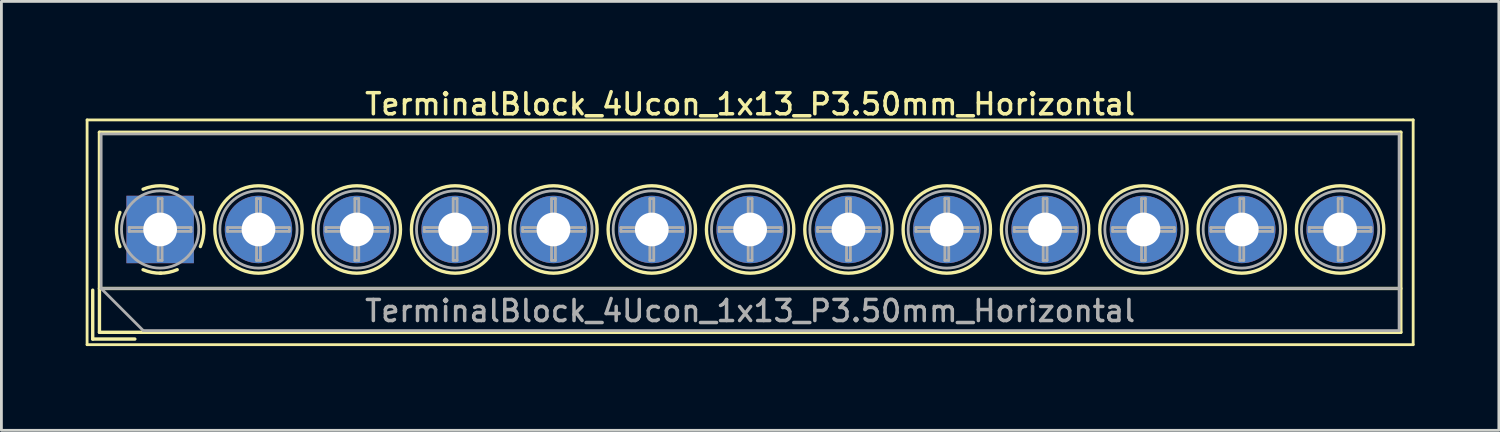
<source format=kicad_pcb>
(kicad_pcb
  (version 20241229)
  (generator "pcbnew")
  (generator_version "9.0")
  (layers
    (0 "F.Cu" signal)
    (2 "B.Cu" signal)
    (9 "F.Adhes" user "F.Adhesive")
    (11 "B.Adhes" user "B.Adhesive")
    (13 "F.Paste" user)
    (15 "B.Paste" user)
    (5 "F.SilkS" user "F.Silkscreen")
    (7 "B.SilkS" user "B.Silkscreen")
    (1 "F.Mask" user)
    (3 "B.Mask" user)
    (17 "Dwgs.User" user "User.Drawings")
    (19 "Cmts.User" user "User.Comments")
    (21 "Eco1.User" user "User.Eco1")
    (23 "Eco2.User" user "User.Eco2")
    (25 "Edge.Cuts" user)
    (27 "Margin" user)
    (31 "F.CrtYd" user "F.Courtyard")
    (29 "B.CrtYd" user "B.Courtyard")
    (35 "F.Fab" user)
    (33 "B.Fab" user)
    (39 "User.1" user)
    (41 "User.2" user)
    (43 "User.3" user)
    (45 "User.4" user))
  (footprint "TerminalBlock_4Ucon_1x13_P3.50mm_Horizontal"
    (layer "F.Cu")
    (at 2.65 5.118)
    (property "Reference" "TerminalBlock_4Ucon_1x13_P3.50mm_Horizontal" (at 21 -4.46 0) (layer "F.SilkS") (effects (font (size 0.75 0.75) (thickness 0.125))))
    (attr through_hole)
    (fp_line (start -2.6 -3.9) (end -2.6 4.1) (stroke (width 0.1) (type solid)) (layer "F.SilkS"))
    (fp_line (start -2.6 4.1) (end 44.6 4.1) (stroke (width 0.1) (type solid)) (layer "F.SilkS"))
    (fp_line (start -2.4 2.16) (end -2.4 3.9) (stroke (width 0.12) (type solid)) (layer "F.SilkS"))
    (fp_line (start -2.4 3.9) (end -0.9 3.9) (stroke (width 0.12) (type solid)) (layer "F.SilkS"))
    (fp_line (start -2.16 -3.46) (end -2.16 3.66) (stroke (width 0.12) (type solid)) (layer "F.SilkS"))
    (fp_line (start -2.16 -3.46) (end 44.16 -3.46) (stroke (width 0.12) (type solid)) (layer "F.SilkS"))
    (fp_line (start -2.16 2.1) (end 44.16 2.1) (stroke (width 0.12) (type solid)) (layer "F.SilkS"))
    (fp_line (start -2.16 3.66) (end 44.16 3.66) (stroke (width 0.12) (type solid)) (layer "F.SilkS"))
    (fp_line (start 44.16 -3.46) (end 44.16 3.66) (stroke (width 0.12) (type solid)) (layer "F.SilkS"))
    (fp_line (start 44.6 -3.9) (end -2.6 -3.9) (stroke (width 0.1) (type solid)) (layer "F.SilkS"))
    (fp_line (start 44.6 4.1) (end 44.6 -3.9) (stroke (width 0.1) (type solid)) (layer "F.SilkS"))
    (fp_arc (start -1.432109 0.607742) (mid -1.555727 -0.00014) (end -1.432 -0.608) (stroke (width 0.12) (type solid)) (layer "F.SilkS"))
    (fp_arc (start -0.607742 -1.432109) (mid 0.00014 -1.555727) (end 0.608 -1.432) (stroke (width 0.12) (type solid)) (layer "F.SilkS"))
    (fp_arc (start 0.027011 1.555493) (mid -0.296984 1.527118) (end -0.608 1.432) (stroke (width 0.12) (type solid)) (layer "F.SilkS"))
    (fp_arc (start 0.607587 1.431385) (mid 0.310017 1.523783) (end 0 1.555) (stroke (width 0.12) (type solid)) (layer "F.SilkS"))
    (fp_arc (start 1.432109 -0.607742) (mid 1.555727 0.00014) (end 1.432 0.608) (stroke (width 0.12) (type solid)) (layer "F.SilkS"))
    (fp_circle (center 3.5 0) (end 5.055 0) (stroke (width 0.12) (type solid)) (fill no) (layer "F.SilkS"))
    (fp_circle (center 7 0) (end 8.555 0) (stroke (width 0.12) (type solid)) (fill no) (layer "F.SilkS"))
    (fp_circle (center 10.5 0) (end 12.055 0) (stroke (width 0.12) (type solid)) (fill no) (layer "F.SilkS"))
    (fp_circle (center 14 0) (end 15.555 0) (stroke (width 0.12) (type solid)) (fill no) (layer "F.SilkS"))
    (fp_circle (center 17.5 0) (end 19.055 0) (stroke (width 0.12) (type solid)) (fill no) (layer "F.SilkS"))
    (fp_circle (center 21 0) (end 22.555 0) (stroke (width 0.12) (type solid)) (fill no) (layer "F.SilkS"))
    (fp_circle (center 24.5 0) (end 26.055 0) (stroke (width 0.12) (type solid)) (fill no) (layer "F.SilkS"))
    (fp_circle (center 28 0) (end 29.555 0) (stroke (width 0.12) (type solid)) (fill no) (layer "F.SilkS"))
    (fp_circle (center 31.5 0) (end 33.055 0) (stroke (width 0.12) (type solid)) (fill no) (layer "F.SilkS"))
    (fp_circle (center 35 0) (end 36.555 0) (stroke (width 0.12) (type solid)) (fill no) (layer "F.SilkS"))
    (fp_circle (center 38.5 0) (end 40.055 0) (stroke (width 0.12) (type solid)) (fill no) (layer "F.SilkS"))
    (fp_circle (center 42 0) (end 43.555 0) (stroke (width 0.12) (type solid)) (fill no) (layer "F.SilkS"))
    (fp_line (start -2.1 -3.4) (end 44.1 -3.4) (stroke (width 0.1) (type solid)) (layer "F.Fab"))
    (fp_line (start -2.1 2.1) (end -2.1 -3.4) (stroke (width 0.1) (type solid)) (layer "F.Fab"))
    (fp_line (start -2.1 2.1) (end 44.1 2.1) (stroke (width 0.1) (type solid)) (layer "F.Fab"))
    (fp_line (start -1.1 -0.069) (end -0.069 -0.069) (stroke (width 0.1) (type solid)) (layer "F.Fab"))
    (fp_line (start -1.1 0.069) (end -1.1 -0.069) (stroke (width 0.1) (type solid)) (layer "F.Fab"))
    (fp_line (start -0.6 3.6) (end -2.1 2.1) (stroke (width 0.1) (type solid)) (layer "F.Fab"))
    (fp_line (start -0.069 -1.1) (end 0.069 -1.1) (stroke (width 0.1) (type solid)) (layer "F.Fab"))
    (fp_line (start -0.069 -0.069) (end -0.069 -1.1) (stroke (width 0.1) (type solid)) (layer "F.Fab"))
    (fp_line (start -0.069 0.069) (end -1.1 0.069) (stroke (width 0.1) (type solid)) (layer "F.Fab"))
    (fp_line (start -0.069 1.1) (end -0.069 0.069) (stroke (width 0.1) (type solid)) (layer "F.Fab"))
    (fp_line (start 0.069 -1.1) (end 0.069 -0.069) (stroke (width 0.1) (type solid)) (layer "F.Fab"))
    (fp_line (start 0.069 -0.069) (end 1.1 -0.069) (stroke (width 0.1) (type solid)) (layer "F.Fab"))
    (fp_line (start 0.069 0.069) (end 0.069 1.1) (stroke (width 0.1) (type solid)) (layer "F.Fab"))
    (fp_line (start 0.069 1.1) (end -0.069 1.1) (stroke (width 0.1) (type solid)) (layer "F.Fab"))
    (fp_line (start 1.1 -0.069) (end 1.1 0.069) (stroke (width 0.1) (type solid)) (layer "F.Fab"))
    (fp_line (start 1.1 0.069) (end 0.069 0.069) (stroke (width 0.1) (type solid)) (layer "F.Fab"))
    (fp_line (start 2.4 -0.069) (end 3.431 -0.069) (stroke (width 0.1) (type solid)) (layer "F.Fab"))
    (fp_line (start 2.4 0.069) (end 2.4 -0.069) (stroke (width 0.1) (type solid)) (layer "F.Fab"))
    (fp_line (start 3.431 -1.1) (end 3.569 -1.1) (stroke (width 0.1) (type solid)) (layer "F.Fab"))
    (fp_line (start 3.431 -0.069) (end 3.431 -1.1) (stroke (width 0.1) (type solid)) (layer "F.Fab"))
    (fp_line (start 3.431 0.069) (end 2.4 0.069) (stroke (width 0.1) (type solid)) (layer "F.Fab"))
    (fp_line (start 3.431 1.1) (end 3.431 0.069) (stroke (width 0.1) (type solid)) (layer "F.Fab"))
    (fp_line (start 3.569 -1.1) (end 3.569 -0.069) (stroke (width 0.1) (type solid)) (layer "F.Fab"))
    (fp_line (start 3.569 -0.069) (end 4.6 -0.069) (stroke (width 0.1) (type solid)) (layer "F.Fab"))
    (fp_line (start 3.569 0.069) (end 3.569 1.1) (stroke (width 0.1) (type solid)) (layer "F.Fab"))
    (fp_line (start 3.569 1.1) (end 3.431 1.1) (stroke (width 0.1) (type solid)) (layer "F.Fab"))
    (fp_line (start 4.6 -0.069) (end 4.6 0.069) (stroke (width 0.1) (type solid)) (layer "F.Fab"))
    (fp_line (start 4.6 0.069) (end 3.569 0.069) (stroke (width 0.1) (type solid)) (layer "F.Fab"))
    (fp_line (start 5.9 -0.069) (end 6.931 -0.069) (stroke (width 0.1) (type solid)) (layer "F.Fab"))
    (fp_line (start 5.9 0.069) (end 5.9 -0.069) (stroke (width 0.1) (type solid)) (layer "F.Fab"))
    (fp_line (start 6.931 -1.1) (end 7.069 -1.1) (stroke (width 0.1) (type solid)) (layer "F.Fab"))
    (fp_line (start 6.931 -0.069) (end 6.931 -1.1) (stroke (width 0.1) (type solid)) (layer "F.Fab"))
    (fp_line (start 6.931 0.069) (end 5.9 0.069) (stroke (width 0.1) (type solid)) (layer "F.Fab"))
    (fp_line (start 6.931 1.1) (end 6.931 0.069) (stroke (width 0.1) (type solid)) (layer "F.Fab"))
    (fp_line (start 7.069 -1.1) (end 7.069 -0.069) (stroke (width 0.1) (type solid)) (layer "F.Fab"))
    (fp_line (start 7.069 -0.069) (end 8.1 -0.069) (stroke (width 0.1) (type solid)) (layer "F.Fab"))
    (fp_line (start 7.069 0.069) (end 7.069 1.1) (stroke (width 0.1) (type solid)) (layer "F.Fab"))
    (fp_line (start 7.069 1.1) (end 6.931 1.1) (stroke (width 0.1) (type solid)) (layer "F.Fab"))
    (fp_line (start 8.1 -0.069) (end 8.1 0.069) (stroke (width 0.1) (type solid)) (layer "F.Fab"))
    (fp_line (start 8.1 0.069) (end 7.069 0.069) (stroke (width 0.1) (type solid)) (layer "F.Fab"))
    (fp_line (start 9.4 -0.069) (end 10.431 -0.069) (stroke (width 0.1) (type solid)) (layer "F.Fab"))
    (fp_line (start 9.4 0.069) (end 9.4 -0.069) (stroke (width 0.1) (type solid)) (layer "F.Fab"))
    (fp_line (start 10.431 -1.1) (end 10.569 -1.1) (stroke (width 0.1) (type solid)) (layer "F.Fab"))
    (fp_line (start 10.431 -0.069) (end 10.431 -1.1) (stroke (width 0.1) (type solid)) (layer "F.Fab"))
    (fp_line (start 10.431 0.069) (end 9.4 0.069) (stroke (width 0.1) (type solid)) (layer "F.Fab"))
    (fp_line (start 10.431 1.1) (end 10.431 0.069) (stroke (width 0.1) (type solid)) (layer "F.Fab"))
    (fp_line (start 10.569 -1.1) (end 10.569 -0.069) (stroke (width 0.1) (type solid)) (layer "F.Fab"))
    (fp_line (start 10.569 -0.069) (end 11.6 -0.069) (stroke (width 0.1) (type solid)) (layer "F.Fab"))
    (fp_line (start 10.569 0.069) (end 10.569 1.1) (stroke (width 0.1) (type solid)) (layer "F.Fab"))
    (fp_line (start 10.569 1.1) (end 10.431 1.1) (stroke (width 0.1) (type solid)) (layer "F.Fab"))
    (fp_line (start 11.6 -0.069) (end 11.6 0.069) (stroke (width 0.1) (type solid)) (layer "F.Fab"))
    (fp_line (start 11.6 0.069) (end 10.569 0.069) (stroke (width 0.1) (type solid)) (layer "F.Fab"))
    (fp_line (start 12.9 -0.069) (end 13.931 -0.069) (stroke (width 0.1) (type solid)) (layer "F.Fab"))
    (fp_line (start 12.9 0.069) (end 12.9 -0.069) (stroke (width 0.1) (type solid)) (layer "F.Fab"))
    (fp_line (start 13.931 -1.1) (end 14.069 -1.1) (stroke (width 0.1) (type solid)) (layer "F.Fab"))
    (fp_line (start 13.931 -0.069) (end 13.931 -1.1) (stroke (width 0.1) (type solid)) (layer "F.Fab"))
    (fp_line (start 13.931 0.069) (end 12.9 0.069) (stroke (width 0.1) (type solid)) (layer "F.Fab"))
    (fp_line (start 13.931 1.1) (end 13.931 0.069) (stroke (width 0.1) (type solid)) (layer "F.Fab"))
    (fp_line (start 14.069 -1.1) (end 14.069 -0.069) (stroke (width 0.1) (type solid)) (layer "F.Fab"))
    (fp_line (start 14.069 -0.069) (end 15.1 -0.069) (stroke (width 0.1) (type solid)) (layer "F.Fab"))
    (fp_line (start 14.069 0.069) (end 14.069 1.1) (stroke (width 0.1) (type solid)) (layer "F.Fab"))
    (fp_line (start 14.069 1.1) (end 13.931 1.1) (stroke (width 0.1) (type solid)) (layer "F.Fab"))
    (fp_line (start 15.1 -0.069) (end 15.1 0.069) (stroke (width 0.1) (type solid)) (layer "F.Fab"))
    (fp_line (start 15.1 0.069) (end 14.069 0.069) (stroke (width 0.1) (type solid)) (layer "F.Fab"))
    (fp_line (start 16.4 -0.069) (end 17.431 -0.069) (stroke (width 0.1) (type solid)) (layer "F.Fab"))
    (fp_line (start 16.4 0.069) (end 16.4 -0.069) (stroke (width 0.1) (type solid)) (layer "F.Fab"))
    (fp_line (start 17.431 -1.1) (end 17.569 -1.1) (stroke (width 0.1) (type solid)) (layer "F.Fab"))
    (fp_line (start 17.431 -0.069) (end 17.431 -1.1) (stroke (width 0.1) (type solid)) (layer "F.Fab"))
    (fp_line (start 17.431 0.069) (end 16.4 0.069) (stroke (width 0.1) (type solid)) (layer "F.Fab"))
    (fp_line (start 17.431 1.1) (end 17.431 0.069) (stroke (width 0.1) (type solid)) (layer "F.Fab"))
    (fp_line (start 17.569 -1.1) (end 17.569 -0.069) (stroke (width 0.1) (type solid)) (layer "F.Fab"))
    (fp_line (start 17.569 -0.069) (end 18.6 -0.069) (stroke (width 0.1) (type solid)) (layer "F.Fab"))
    (fp_line (start 17.569 0.069) (end 17.569 1.1) (stroke (width 0.1) (type solid)) (layer "F.Fab"))
    (fp_line (start 17.569 1.1) (end 17.431 1.1) (stroke (width 0.1) (type solid)) (layer "F.Fab"))
    (fp_line (start 18.6 -0.069) (end 18.6 0.069) (stroke (width 0.1) (type solid)) (layer "F.Fab"))
    (fp_line (start 18.6 0.069) (end 17.569 0.069) (stroke (width 0.1) (type solid)) (layer "F.Fab"))
    (fp_line (start 19.9 -0.069) (end 20.931 -0.069) (stroke (width 0.1) (type solid)) (layer "F.Fab"))
    (fp_line (start 19.9 0.069) (end 19.9 -0.069) (stroke (width 0.1) (type solid)) (layer "F.Fab"))
    (fp_line (start 20.931 -1.1) (end 21.069 -1.1) (stroke (width 0.1) (type solid)) (layer "F.Fab"))
    (fp_line (start 20.931 -0.069) (end 20.931 -1.1) (stroke (width 0.1) (type solid)) (layer "F.Fab"))
    (fp_line (start 20.931 0.069) (end 19.9 0.069) (stroke (width 0.1) (type solid)) (layer "F.Fab"))
    (fp_line (start 20.931 1.1) (end 20.931 0.069) (stroke (width 0.1) (type solid)) (layer "F.Fab"))
    (fp_line (start 21.069 -1.1) (end 21.069 -0.069) (stroke (width 0.1) (type solid)) (layer "F.Fab"))
    (fp_line (start 21.069 -0.069) (end 22.1 -0.069) (stroke (width 0.1) (type solid)) (layer "F.Fab"))
    (fp_line (start 21.069 0.069) (end 21.069 1.1) (stroke (width 0.1) (type solid)) (layer "F.Fab"))
    (fp_line (start 21.069 1.1) (end 20.931 1.1) (stroke (width 0.1) (type solid)) (layer "F.Fab"))
    (fp_line (start 22.1 -0.069) (end 22.1 0.069) (stroke (width 0.1) (type solid)) (layer "F.Fab"))
    (fp_line (start 22.1 0.069) (end 21.069 0.069) (stroke (width 0.1) (type solid)) (layer "F.Fab"))
    (fp_line (start 23.4 -0.069) (end 24.431 -0.069) (stroke (width 0.1) (type solid)) (layer "F.Fab"))
    (fp_line (start 23.4 0.069) (end 23.4 -0.069) (stroke (width 0.1) (type solid)) (layer "F.Fab"))
    (fp_line (start 24.431 -1.1) (end 24.569 -1.1) (stroke (width 0.1) (type solid)) (layer "F.Fab"))
    (fp_line (start 24.431 -0.069) (end 24.431 -1.1) (stroke (width 0.1) (type solid)) (layer "F.Fab"))
    (fp_line (start 24.431 0.069) (end 23.4 0.069) (stroke (width 0.1) (type solid)) (layer "F.Fab"))
    (fp_line (start 24.431 1.1) (end 24.431 0.069) (stroke (width 0.1) (type solid)) (layer "F.Fab"))
    (fp_line (start 24.569 -1.1) (end 24.569 -0.069) (stroke (width 0.1) (type solid)) (layer "F.Fab"))
    (fp_line (start 24.569 -0.069) (end 25.6 -0.069) (stroke (width 0.1) (type solid)) (layer "F.Fab"))
    (fp_line (start 24.569 0.069) (end 24.569 1.1) (stroke (width 0.1) (type solid)) (layer "F.Fab"))
    (fp_line (start 24.569 1.1) (end 24.431 1.1) (stroke (width 0.1) (type solid)) (layer "F.Fab"))
    (fp_line (start 25.6 -0.069) (end 25.6 0.069) (stroke (width 0.1) (type solid)) (layer "F.Fab"))
    (fp_line (start 25.6 0.069) (end 24.569 0.069) (stroke (width 0.1) (type solid)) (layer "F.Fab"))
    (fp_line (start 26.9 -0.069) (end 27.931 -0.069) (stroke (width 0.1) (type solid)) (layer "F.Fab"))
    (fp_line (start 26.9 0.069) (end 26.9 -0.069) (stroke (width 0.1) (type solid)) (layer "F.Fab"))
    (fp_line (start 27.931 -1.1) (end 28.069 -1.1) (stroke (width 0.1) (type solid)) (layer "F.Fab"))
    (fp_line (start 27.931 -0.069) (end 27.931 -1.1) (stroke (width 0.1) (type solid)) (layer "F.Fab"))
    (fp_line (start 27.931 0.069) (end 26.9 0.069) (stroke (width 0.1) (type solid)) (layer "F.Fab"))
    (fp_line (start 27.931 1.1) (end 27.931 0.069) (stroke (width 0.1) (type solid)) (layer "F.Fab"))
    (fp_line (start 28.069 -1.1) (end 28.069 -0.069) (stroke (width 0.1) (type solid)) (layer "F.Fab"))
    (fp_line (start 28.069 -0.069) (end 29.1 -0.069) (stroke (width 0.1) (type solid)) (layer "F.Fab"))
    (fp_line (start 28.069 0.069) (end 28.069 1.1) (stroke (width 0.1) (type solid)) (layer "F.Fab"))
    (fp_line (start 28.069 1.1) (end 27.931 1.1) (stroke (width 0.1) (type solid)) (layer "F.Fab"))
    (fp_line (start 29.1 -0.069) (end 29.1 0.069) (stroke (width 0.1) (type solid)) (layer "F.Fab"))
    (fp_line (start 29.1 0.069) (end 28.069 0.069) (stroke (width 0.1) (type solid)) (layer "F.Fab"))
    (fp_line (start 30.4 -0.069) (end 31.431 -0.069) (stroke (width 0.1) (type solid)) (layer "F.Fab"))
    (fp_line (start 30.4 0.069) (end 30.4 -0.069) (stroke (width 0.1) (type solid)) (layer "F.Fab"))
    (fp_line (start 31.431 -1.1) (end 31.569 -1.1) (stroke (width 0.1) (type solid)) (layer "F.Fab"))
    (fp_line (start 31.431 -0.069) (end 31.431 -1.1) (stroke (width 0.1) (type solid)) (layer "F.Fab"))
    (fp_line (start 31.431 0.069) (end 30.4 0.069) (stroke (width 0.1) (type solid)) (layer "F.Fab"))
    (fp_line (start 31.431 1.1) (end 31.431 0.069) (stroke (width 0.1) (type solid)) (layer "F.Fab"))
    (fp_line (start 31.569 -1.1) (end 31.569 -0.069) (stroke (width 0.1) (type solid)) (layer "F.Fab"))
    (fp_line (start 31.569 -0.069) (end 32.6 -0.069) (stroke (width 0.1) (type solid)) (layer "F.Fab"))
    (fp_line (start 31.569 0.069) (end 31.569 1.1) (stroke (width 0.1) (type solid)) (layer "F.Fab"))
    (fp_line (start 31.569 1.1) (end 31.431 1.1) (stroke (width 0.1) (type solid)) (layer "F.Fab"))
    (fp_line (start 32.6 -0.069) (end 32.6 0.069) (stroke (width 0.1) (type solid)) (layer "F.Fab"))
    (fp_line (start 32.6 0.069) (end 31.569 0.069) (stroke (width 0.1) (type solid)) (layer "F.Fab"))
    (fp_line (start 33.9 -0.069) (end 34.931 -0.069) (stroke (width 0.1) (type solid)) (layer "F.Fab"))
    (fp_line (start 33.9 0.069) (end 33.9 -0.069) (stroke (width 0.1) (type solid)) (layer "F.Fab"))
    (fp_line (start 34.931 -1.1) (end 35.069 -1.1) (stroke (width 0.1) (type solid)) (layer "F.Fab"))
    (fp_line (start 34.931 -0.069) (end 34.931 -1.1) (stroke (width 0.1) (type solid)) (layer "F.Fab"))
    (fp_line (start 34.931 0.069) (end 33.9 0.069) (stroke (width 0.1) (type solid)) (layer "F.Fab"))
    (fp_line (start 34.931 1.1) (end 34.931 0.069) (stroke (width 0.1) (type solid)) (layer "F.Fab"))
    (fp_line (start 35.069 -1.1) (end 35.069 -0.069) (stroke (width 0.1) (type solid)) (layer "F.Fab"))
    (fp_line (start 35.069 -0.069) (end 36.1 -0.069) (stroke (width 0.1) (type solid)) (layer "F.Fab"))
    (fp_line (start 35.069 0.069) (end 35.069 1.1) (stroke (width 0.1) (type solid)) (layer "F.Fab"))
    (fp_line (start 35.069 1.1) (end 34.931 1.1) (stroke (width 0.1) (type solid)) (layer "F.Fab"))
    (fp_line (start 36.1 -0.069) (end 36.1 0.069) (stroke (width 0.1) (type solid)) (layer "F.Fab"))
    (fp_line (start 36.1 0.069) (end 35.069 0.069) (stroke (width 0.1) (type solid)) (layer "F.Fab"))
    (fp_line (start 37.4 -0.069) (end 38.431 -0.069) (stroke (width 0.1) (type solid)) (layer "F.Fab"))
    (fp_line (start 37.4 0.069) (end 37.4 -0.069) (stroke (width 0.1) (type solid)) (layer "F.Fab"))
    (fp_line (start 38.431 -1.1) (end 38.569 -1.1) (stroke (width 0.1) (type solid)) (layer "F.Fab"))
    (fp_line (start 38.431 -0.069) (end 38.431 -1.1) (stroke (width 0.1) (type solid)) (layer "F.Fab"))
    (fp_line (start 38.431 0.069) (end 37.4 0.069) (stroke (width 0.1) (type solid)) (layer "F.Fab"))
    (fp_line (start 38.431 1.1) (end 38.431 0.069) (stroke (width 0.1) (type solid)) (layer "F.Fab"))
    (fp_line (start 38.569 -1.1) (end 38.569 -0.069) (stroke (width 0.1) (type solid)) (layer "F.Fab"))
    (fp_line (start 38.569 -0.069) (end 39.6 -0.069) (stroke (width 0.1) (type solid)) (layer "F.Fab"))
    (fp_line (start 38.569 0.069) (end 38.569 1.1) (stroke (width 0.1) (type solid)) (layer "F.Fab"))
    (fp_line (start 38.569 1.1) (end 38.431 1.1) (stroke (width 0.1) (type solid)) (layer "F.Fab"))
    (fp_line (start 39.6 -0.069) (end 39.6 0.069) (stroke (width 0.1) (type solid)) (layer "F.Fab"))
    (fp_line (start 39.6 0.069) (end 38.569 0.069) (stroke (width 0.1) (type solid)) (layer "F.Fab"))
    (fp_line (start 40.9 -0.069) (end 41.931 -0.069) (stroke (width 0.1) (type solid)) (layer "F.Fab"))
    (fp_line (start 40.9 0.069) (end 40.9 -0.069) (stroke (width 0.1) (type solid)) (layer "F.Fab"))
    (fp_line (start 41.931 -1.1) (end 42.069 -1.1) (stroke (width 0.1) (type solid)) (layer "F.Fab"))
    (fp_line (start 41.931 -0.069) (end 41.931 -1.1) (stroke (width 0.1) (type solid)) (layer "F.Fab"))
    (fp_line (start 41.931 0.069) (end 40.9 0.069) (stroke (width 0.1) (type solid)) (layer "F.Fab"))
    (fp_line (start 41.931 1.1) (end 41.931 0.069) (stroke (width 0.1) (type solid)) (layer "F.Fab"))
    (fp_line (start 42.069 -1.1) (end 42.069 -0.069) (stroke (width 0.1) (type solid)) (layer "F.Fab"))
    (fp_line (start 42.069 -0.069) (end 43.1 -0.069) (stroke (width 0.1) (type solid)) (layer "F.Fab"))
    (fp_line (start 42.069 0.069) (end 42.069 1.1) (stroke (width 0.1) (type solid)) (layer "F.Fab"))
    (fp_line (start 42.069 1.1) (end 41.931 1.1) (stroke (width 0.1) (type solid)) (layer "F.Fab"))
    (fp_line (start 43.1 -0.069) (end 43.1 0.069) (stroke (width 0.1) (type solid)) (layer "F.Fab"))
    (fp_line (start 43.1 0.069) (end 42.069 0.069) (stroke (width 0.1) (type solid)) (layer "F.Fab"))
    (fp_line (start 44.1 -3.4) (end 44.1 3.6) (stroke (width 0.1) (type solid)) (layer "F.Fab"))
    (fp_line (start 44.1 3.6) (end -0.6 3.6) (stroke (width 0.1) (type solid)) (layer "F.Fab"))
    (fp_circle (center 0 0) (end 1.375 0) (stroke (width 0.1) (type solid)) (fill no) (layer "F.Fab"))
    (fp_circle (center 3.5 0) (end 4.875 0) (stroke (width 0.1) (type solid)) (fill no) (layer "F.Fab"))
    (fp_circle (center 7 0) (end 8.375 0) (stroke (width 0.1) (type solid)) (fill no) (layer "F.Fab"))
    (fp_circle (center 10.5 0) (end 11.875 0) (stroke (width 0.1) (type solid)) (fill no) (layer "F.Fab"))
    (fp_circle (center 14 0) (end 15.375 0) (stroke (width 0.1) (type solid)) (fill no) (layer "F.Fab"))
    (fp_circle (center 17.5 0) (end 18.875 0) (stroke (width 0.1) (type solid)) (fill no) (layer "F.Fab"))
    (fp_circle (center 21 0) (end 22.375 0) (stroke (width 0.1) (type solid)) (fill no) (layer "F.Fab"))
    (fp_circle (center 24.5 0) (end 25.875 0) (stroke (width 0.1) (type solid)) (fill no) (layer "F.Fab"))
    (fp_circle (center 28 0) (end 29.375 0) (stroke (width 0.1) (type solid)) (fill no) (layer "F.Fab"))
    (fp_circle (center 31.5 0) (end 32.875 0) (stroke (width 0.1) (type solid)) (fill no) (layer "F.Fab"))
    (fp_circle (center 35 0) (end 36.375 0) (stroke (width 0.1) (type solid)) (fill no) (layer "F.Fab"))
    (fp_circle (center 38.5 0) (end 39.875 0) (stroke (width 0.1) (type solid)) (fill no) (layer "F.Fab"))
    (fp_circle (center 42 0) (end 43.375 0) (stroke (width 0.1) (type solid)) (fill no) (layer "F.Fab"))
    (fp_text user "${REFERENCE}" (at 21 2.9 0) (layer "F.Fab") (effects (font (size 0.75 0.75) (thickness 0.125))))
    (pad "1" thru_hole rect (at 0 0) (size 2.4 2.4) (drill 1.2) (layers "*.Cu" "*.Mask"))
    (pad "2" thru_hole circle (at 3.5 0) (size 2.4 2.4) (drill 1.2) (layers "*.Cu" "*.Mask"))
    (pad "3" thru_hole circle (at 7 0) (size 2.4 2.4) (drill 1.2) (layers "*.Cu" "*.Mask"))
    (pad "4" thru_hole circle (at 10.5 0) (size 2.4 2.4) (drill 1.2) (layers "*.Cu" "*.Mask"))
    (pad "5" thru_hole circle (at 14 0) (size 2.4 2.4) (drill 1.2) (layers "*.Cu" "*.Mask"))
    (pad "6" thru_hole circle (at 17.5 0) (size 2.4 2.4) (drill 1.2) (layers "*.Cu" "*.Mask"))
    (pad "7" thru_hole circle (at 21 0) (size 2.4 2.4) (drill 1.2) (layers "*.Cu" "*.Mask"))
    (pad "8" thru_hole circle (at 24.5 0) (size 2.4 2.4) (drill 1.2) (layers "*.Cu" "*.Mask"))
    (pad "9" thru_hole circle (at 28 0) (size 2.4 2.4) (drill 1.2) (layers "*.Cu" "*.Mask"))
    (pad "10" thru_hole circle (at 31.5 0) (size 2.4 2.4) (drill 1.2) (layers "*.Cu" "*.Mask"))
    (pad "11" thru_hole circle (at 35 0) (size 2.4 2.4) (drill 1.2) (layers "*.Cu" "*.Mask"))
    (pad "12" thru_hole circle (at 38.5 0) (size 2.4 2.4) (drill 1.2) (layers "*.Cu" "*.Mask"))
    (pad "13" thru_hole circle (at 42 0) (size 2.4 2.4) (drill 1.2) (layers "*.Cu" "*.Mask")))
  (gr_rect
    (start -3 -3)
    (end 50.3 12.268)
    (stroke (width 0.1) (type default))
    (fill no)
    (layer "Edge.Cuts")))
</source>
